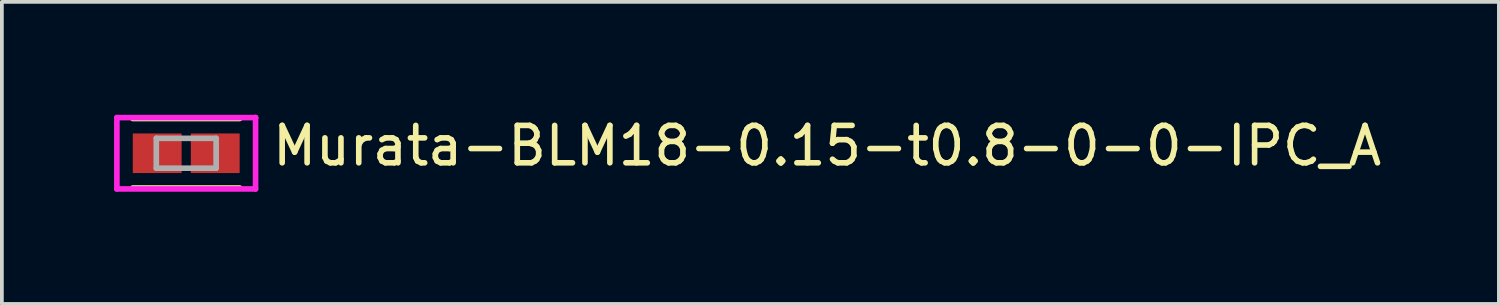
<source format=kicad_pcb>
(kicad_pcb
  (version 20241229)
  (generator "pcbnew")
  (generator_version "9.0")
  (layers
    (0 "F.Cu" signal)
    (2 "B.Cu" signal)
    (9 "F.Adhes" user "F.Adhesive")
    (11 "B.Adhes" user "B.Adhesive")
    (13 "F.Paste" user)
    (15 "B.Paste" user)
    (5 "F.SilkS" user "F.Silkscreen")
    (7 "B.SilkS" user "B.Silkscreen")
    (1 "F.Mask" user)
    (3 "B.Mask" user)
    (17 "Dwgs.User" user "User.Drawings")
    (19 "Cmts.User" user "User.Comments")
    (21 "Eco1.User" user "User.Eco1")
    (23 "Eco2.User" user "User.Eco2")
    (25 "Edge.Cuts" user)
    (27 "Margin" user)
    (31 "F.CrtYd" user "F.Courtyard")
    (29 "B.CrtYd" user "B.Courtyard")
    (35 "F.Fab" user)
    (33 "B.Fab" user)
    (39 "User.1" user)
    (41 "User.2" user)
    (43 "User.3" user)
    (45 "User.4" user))
  (footprint "Murata-BLM18-0.15-t0.8-0-0-IPC_A"
    (layer "F.Cu")
    (at 1.929 1.048)
    (property "Reference" "Murata-BLM18-0.15-t0.8-0-0-IPC_A" (at 2.229 -0.2 0) (layer "F.SilkS") (effects (font (size 1 1) (thickness 0.15)) (justify left)))
    (attr through_hole)
    (fp_line (start -1.429 -0.929) (end 1.429 -0.929) (stroke (width 0.15) (type solid)) (layer "F.SilkS"))
    (fp_line (start -1.429 0.929) (end 1.429 0.929) (stroke (width 0.15) (type solid)) (layer "F.SilkS"))
    (fp_line (start -1.854 -0.954) (end -1.854 0.954) (stroke (width 0.15) (type solid)) (layer "F.CrtYd"))
    (fp_line (start -1.854 0.954) (end 1.854 0.954) (stroke (width 0.15) (type solid)) (layer "F.CrtYd"))
    (fp_line (start 1.854 -0.954) (end -1.854 -0.954) (stroke (width 0.15) (type solid)) (layer "F.CrtYd"))
    (fp_line (start 1.854 -0.954) (end 1.854 -0.954) (stroke (width 0.15) (type solid)) (layer "F.CrtYd"))
    (fp_line (start 1.854 0.954) (end 1.854 -0.954) (stroke (width 0.15) (type solid)) (layer "F.CrtYd"))
    (fp_line (start -0.8 -0.4) (end 0.8 -0.4) (stroke (width 0.15) (type solid)) (layer "F.Fab"))
    (fp_line (start -0.8 0.4) (end -0.8 -0.4) (stroke (width 0.15) (type solid)) (layer "F.Fab"))
    (fp_line (start 0.8 -0.4) (end 0.8 0.4) (stroke (width 0.15) (type solid)) (layer "F.Fab"))
    (fp_line (start 0.8 0.4) (end -0.8 0.4) (stroke (width 0.15) (type solid)) (layer "F.Fab"))
    (pad "1" smd rect (at -0.776 0) (size 1.306 1.058) (layers "F.Cu" "F.Mask" "F.Paste"))
    (pad "2" smd rect (at 0.776 0) (size 1.306 1.058) (layers "F.Cu" "F.Mask" "F.Paste")))
  (gr_rect
    (start -3 -3)
    (end 37.027 5.077)
    (stroke (width 0.1) (type default))
    (fill no)
    (layer "Edge.Cuts")))
</source>
